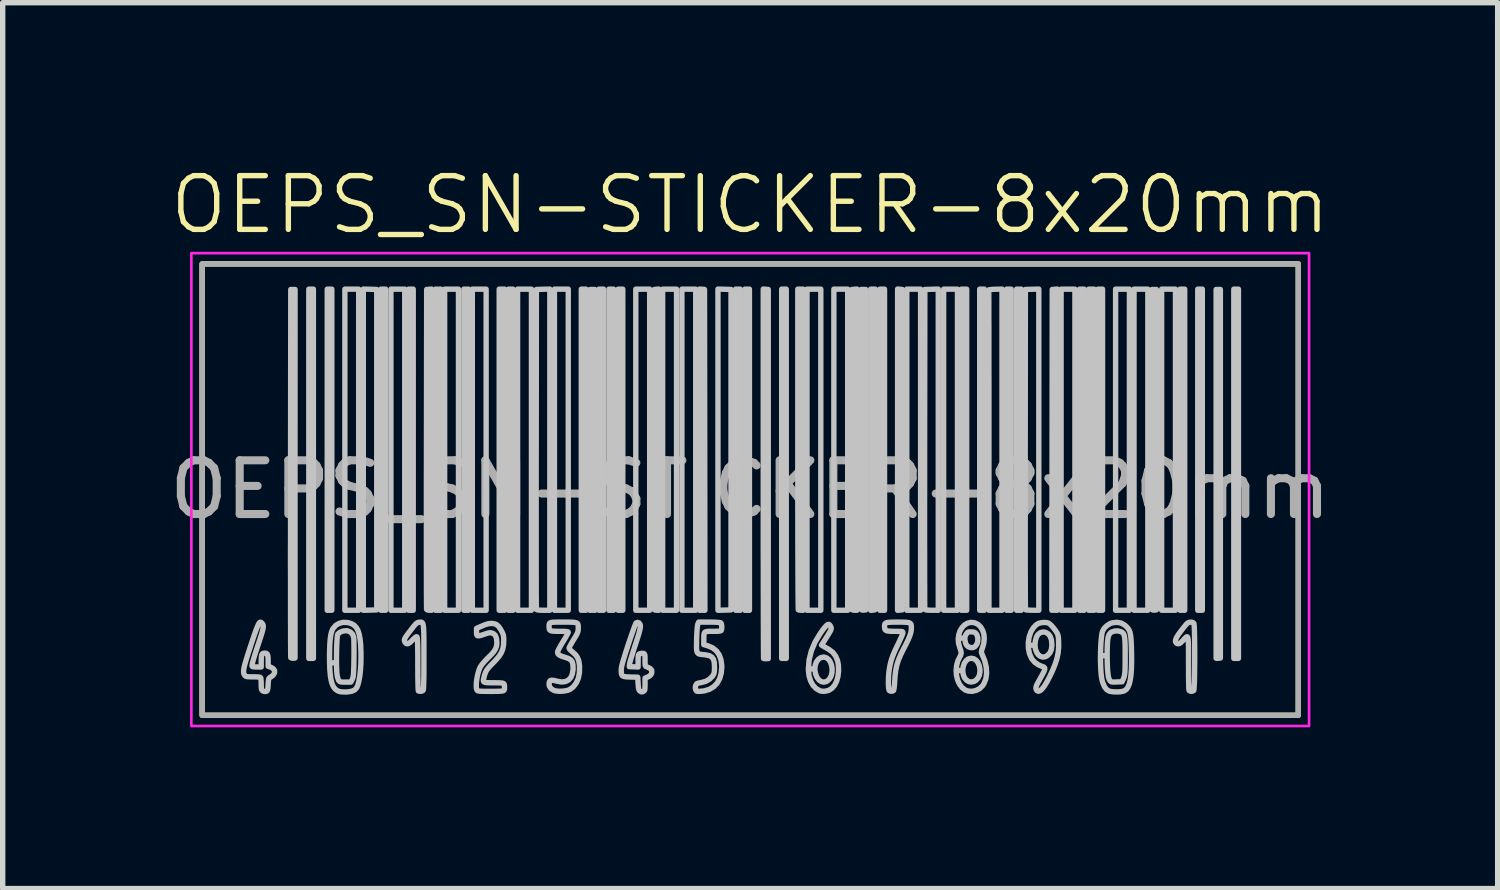
<source format=kicad_pcb>
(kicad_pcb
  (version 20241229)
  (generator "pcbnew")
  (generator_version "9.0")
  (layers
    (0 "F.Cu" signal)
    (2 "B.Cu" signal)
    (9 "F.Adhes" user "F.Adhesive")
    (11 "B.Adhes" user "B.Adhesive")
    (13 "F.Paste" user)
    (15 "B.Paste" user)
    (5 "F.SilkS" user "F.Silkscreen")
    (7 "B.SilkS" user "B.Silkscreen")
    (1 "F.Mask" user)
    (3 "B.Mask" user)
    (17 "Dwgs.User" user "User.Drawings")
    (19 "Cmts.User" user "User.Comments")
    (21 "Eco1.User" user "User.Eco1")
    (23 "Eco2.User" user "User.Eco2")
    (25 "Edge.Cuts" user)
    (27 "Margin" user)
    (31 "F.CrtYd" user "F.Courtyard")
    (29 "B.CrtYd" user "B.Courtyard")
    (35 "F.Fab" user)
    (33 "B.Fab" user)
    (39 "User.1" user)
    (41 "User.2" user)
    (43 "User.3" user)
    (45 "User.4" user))
  (footprint "OEPS_SN-STICKER-8x20mm"
    (layer "F.Cu")
    (at 10.911 6.061)
    (property "Reference" "OEPS_SN-STICKER-8x20mm" (at 0 -5.3 0) (unlocked yes) (layer "F.SilkS") (effects (font (size 1 1) (thickness 0.1))))
    (attr smd exclude_from_pos_files exclude_from_bom dnp)
    (fp_rect (start -10.2 -4.2) (end 10.2 4.2) (stroke (width 0.1) (type default)) (fill no) (layer "F.SilkS"))
    (fp_poly (pts (xy -8.129 -0.294) (xy -8.129 3.141) (xy -8.171 3.141) (xy -8.214 3.141) (xy -8.214 -0.294) (xy -8.214 -3.73) (xy -8.171 -3.73) (xy -8.129 -3.73)) (stroke (width 0.1) (type solid)) (fill no) (layer "Dwgs.User"))
    (fp_poly (pts (xy -7.786 -0.742) (xy -7.786 2.246) (xy -7.829 2.246) (xy -7.871 2.246) (xy -7.871 -0.742) (xy -7.871 -3.73) (xy -7.829 -3.73) (xy -7.786 -3.73)) (stroke (width 0.1) (type solid)) (fill no) (layer "Dwgs.User"))
    (fp_poly (pts (xy -7.286 -0.742) (xy -7.286 2.246) (xy -7.414 2.246) (xy -7.543 2.246) (xy -7.543 -0.742) (xy -7.543 -3.73) (xy -7.414 -3.73) (xy -7.286 -3.73)) (stroke (width 0.1) (type solid)) (fill no) (layer "Dwgs.User"))
    (fp_poly (pts (xy -7.075 -3.728) (xy -6.95 -3.724) (xy -6.95 -0.742) (xy -6.95 2.239) (xy -7.075 2.243) (xy -7.2 2.246) (xy -7.2 -0.742) (xy -7.2 -3.731)) (stroke (width 0.1) (type solid)) (fill no) (layer "Dwgs.User"))
    (fp_poly (pts (xy -6.786 -0.742) (xy -6.786 2.246) (xy -6.829 2.246) (xy -6.871 2.246) (xy -6.871 -0.742) (xy -6.871 -3.73) (xy -6.829 -3.73) (xy -6.786 -3.73)) (stroke (width 0.1) (type solid)) (fill no) (layer "Dwgs.User"))
    (fp_poly (pts (xy -6.429 -0.742) (xy -6.429 2.246) (xy -6.557 2.246) (xy -6.686 2.246) (xy -6.686 -0.742) (xy -6.686 -3.73) (xy -6.557 -3.73) (xy -6.429 -3.73)) (stroke (width 0.1) (type solid)) (fill no) (layer "Dwgs.User"))
    (fp_poly (pts (xy -6.271 -0.742) (xy -6.271 2.246) (xy -6.314 2.246) (xy -6.357 2.246) (xy -6.357 -0.742) (xy -6.357 -3.73) (xy -6.314 -3.73) (xy -6.271 -3.73)) (stroke (width 0.1) (type solid)) (fill no) (layer "Dwgs.User"))
    (fp_poly (pts (xy -5.757 -0.742) (xy -5.757 2.246) (xy -5.807 2.246) (xy -5.857 2.246) (xy -5.857 -0.742) (xy -5.857 -3.73) (xy -5.807 -3.73) (xy -5.757 -3.73)) (stroke (width 0.1) (type solid)) (fill no) (layer "Dwgs.User"))
    (fp_poly (pts (xy -5.429 -0.742) (xy -5.429 2.246) (xy -5.557 2.246) (xy -5.686 2.246) (xy -5.686 -0.742) (xy -5.686 -3.73) (xy -5.557 -3.73) (xy -5.429 -3.73)) (stroke (width 0.1) (type solid)) (fill no) (layer "Dwgs.User"))
    (fp_poly (pts (xy -5.243 -0.742) (xy -5.243 2.246) (xy -5.286 2.246) (xy -5.329 2.246) (xy -5.329 -0.742) (xy -5.329 -3.73) (xy -5.286 -3.73) (xy -5.243 -3.73)) (stroke (width 0.1) (type solid)) (fill no) (layer "Dwgs.User"))
    (fp_poly (pts (xy -4.914 -0.742) (xy -4.914 2.246) (xy -5.043 2.246) (xy -5.171 2.246) (xy -5.171 -0.742) (xy -5.171 -3.73) (xy -5.043 -3.73) (xy -4.914 -3.73)) (stroke (width 0.1) (type solid)) (fill no) (layer "Dwgs.User"))
    (fp_poly (pts (xy -4.571 -0.742) (xy -4.571 2.246) (xy -4.621 2.246) (xy -4.671 2.246) (xy -4.671 -0.742) (xy -4.671 -3.73) (xy -4.621 -3.73) (xy -4.571 -3.73)) (stroke (width 0.1) (type solid)) (fill no) (layer "Dwgs.User"))
    (fp_poly (pts (xy -4.414 -0.742) (xy -4.414 2.246) (xy -4.457 2.246) (xy -4.5 2.246) (xy -4.5 -0.742) (xy -4.5 -3.73) (xy -4.457 -3.73) (xy -4.414 -3.73)) (stroke (width 0.1) (type solid)) (fill no) (layer "Dwgs.User"))
    (fp_poly (pts (xy -4.071 -0.742) (xy -4.071 2.246) (xy -4.2 2.246) (xy -4.329 2.246) (xy -4.329 -0.742) (xy -4.329 -3.73) (xy -4.2 -3.73) (xy -4.071 -3.73)) (stroke (width 0.1) (type solid)) (fill no) (layer "Dwgs.User"))
    (fp_poly (pts (xy -3.386 -0.742) (xy -3.386 2.246) (xy -3.514 2.246) (xy -3.643 2.246) (xy -3.643 -0.742) (xy -3.643 -3.73) (xy -3.514 -3.73) (xy -3.386 -3.73)) (stroke (width 0.1) (type solid)) (fill no) (layer "Dwgs.User"))
    (fp_poly (pts (xy -3.057 -0.742) (xy -3.057 2.246) (xy -3.1 2.246) (xy -3.143 2.246) (xy -3.143 -0.742) (xy -3.143 -3.73) (xy -3.1 -3.73) (xy -3.057 -3.73)) (stroke (width 0.1) (type solid)) (fill no) (layer "Dwgs.User"))
    (fp_poly (pts (xy -2.889 -0.739) (xy -2.886 2.246) (xy -2.936 2.246) (xy -2.986 2.246) (xy -2.982 -0.739) (xy -2.979 -3.724) (xy -2.936 -3.724) (xy -2.893 -3.724)) (stroke (width 0.1) (type solid)) (fill no) (layer "Dwgs.User"))
    (fp_poly (pts (xy -2.729 -0.742) (xy -2.729 2.246) (xy -2.771 2.246) (xy -2.814 2.246) (xy -2.814 -0.742) (xy -2.814 -3.73) (xy -2.771 -3.73) (xy -2.729 -3.73)) (stroke (width 0.1) (type solid)) (fill no) (layer "Dwgs.User"))
    (fp_poly (pts (xy -2.543 -0.742) (xy -2.543 2.246) (xy -2.586 2.246) (xy -2.629 2.246) (xy -2.629 -0.742) (xy -2.629 -3.73) (xy -2.586 -3.73) (xy -2.543 -3.73)) (stroke (width 0.1) (type solid)) (fill no) (layer "Dwgs.User"))
    (fp_poly (pts (xy -2.371 -0.742) (xy -2.371 2.246) (xy -2.414 2.246) (xy -2.457 2.246) (xy -2.457 -0.742) (xy -2.457 -3.73) (xy -2.414 -3.73) (xy -2.371 -3.73)) (stroke (width 0.1) (type solid)) (fill no) (layer "Dwgs.User"))
    (fp_poly (pts (xy -1.871 -0.742) (xy -1.871 2.246) (xy -2 2.246) (xy -2.129 2.246) (xy -2.129 -0.742) (xy -2.129 -3.73) (xy -2 -3.73) (xy -1.871 -3.73)) (stroke (width 0.1) (type solid)) (fill no) (layer "Dwgs.User"))
    (fp_poly (pts (xy -1.371 -0.742) (xy -1.371 2.246) (xy -1.5 2.246) (xy -1.629 2.246) (xy -1.629 -0.742) (xy -1.629 -3.73) (xy -1.5 -3.73) (xy -1.371 -3.73)) (stroke (width 0.1) (type solid)) (fill no) (layer "Dwgs.User"))
    (fp_poly (pts (xy -1.014 -0.742) (xy -1.014 2.246) (xy -1.143 2.246) (xy -1.271 2.246) (xy -1.271 -0.742) (xy -1.271 -3.73) (xy -1.143 -3.73) (xy -1.014 -3.73)) (stroke (width 0.1) (type solid)) (fill no) (layer "Dwgs.User"))
    (fp_poly (pts (xy -0.896 -3.728) (xy -0.85 -3.724) (xy -0.846 -0.739) (xy -0.843 2.246) (xy -0.893 2.246) (xy -0.943 2.246) (xy -0.943 -0.743) (xy -0.943 -3.732)) (stroke (width 0.1) (type solid)) (fill no) (layer "Dwgs.User"))
    (fp_poly (pts (xy -0.478 -3.728) (xy -0.357 -3.724) (xy -0.357 -0.742) (xy -0.357 2.239) (xy -0.478 2.243) (xy -0.6 2.246) (xy -0.6 -0.742) (xy -0.6 -3.731)) (stroke (width 0.1) (type solid)) (fill no) (layer "Dwgs.User"))
    (fp_poly (pts (xy -0.186 -0.742) (xy -0.186 2.246) (xy -0.229 2.246) (xy -0.271 2.246) (xy -0.271 -0.742) (xy -0.271 -3.73) (xy -0.229 -3.73) (xy -0.186 -3.73)) (stroke (width 0.1) (type solid)) (fill no) (layer "Dwgs.User"))
    (fp_poly (pts (xy -0.014 -0.742) (xy -0.014 2.246) (xy -0.057 2.246) (xy -0.1 2.246) (xy -0.1 -0.742) (xy -0.1 -3.73) (xy -0.057 -3.73) (xy -0.014 -3.73)) (stroke (width 0.1) (type solid)) (fill no) (layer "Dwgs.User"))
    (fp_poly (pts (xy 0.671 -0.294) (xy 0.671 3.141) (xy 0.629 3.141) (xy 0.586 3.141) (xy 0.586 -0.294) (xy 0.586 -3.73) (xy 0.629 -3.73) (xy 0.671 -3.73)) (stroke (width 0.1) (type solid)) (fill no) (layer "Dwgs.User"))
    (fp_poly (pts (xy 1.314 -0.742) (xy 1.314 2.246) (xy 1.186 2.246) (xy 1.057 2.246) (xy 1.057 -0.742) (xy 1.057 -3.73) (xy 1.186 -3.73) (xy 1.314 -3.73)) (stroke (width 0.1) (type solid)) (fill no) (layer "Dwgs.User"))
    (fp_poly (pts (xy 1.814 -0.742) (xy 1.814 2.246) (xy 1.686 2.246) (xy 1.557 2.246) (xy 1.557 -0.742) (xy 1.557 -3.73) (xy 1.686 -3.73) (xy 1.814 -3.73)) (stroke (width 0.1) (type solid)) (fill no) (layer "Dwgs.User"))
    (fp_poly (pts (xy 2.5 -0.742) (xy 2.5 2.246) (xy 2.457 2.246) (xy 2.414 2.246) (xy 2.414 -0.742) (xy 2.414 -3.73) (xy 2.457 -3.73) (xy 2.5 -3.73)) (stroke (width 0.1) (type solid)) (fill no) (layer "Dwgs.User"))
    (fp_poly (pts (xy 2.786 -3.728) (xy 2.829 -3.724) (xy 2.829 -0.742) (xy 2.829 2.239) (xy 2.786 2.243) (xy 2.743 2.247) (xy 2.743 -0.742) (xy 2.743 -3.732)) (stroke (width 0.1) (type solid)) (fill no) (layer "Dwgs.User"))
    (fp_poly (pts (xy 3.171 -0.742) (xy 3.171 2.246) (xy 3.043 2.246) (xy 2.914 2.246) (xy 2.914 -0.742) (xy 2.914 -3.73) (xy 3.043 -3.73) (xy 3.171 -3.73)) (stroke (width 0.1) (type solid)) (fill no) (layer "Dwgs.User"))
    (fp_poly (pts (xy 3.857 -0.742) (xy 3.857 2.246) (xy 3.729 2.246) (xy 3.6 2.246) (xy 3.6 -0.742) (xy 3.6 -3.73) (xy 3.729 -3.73) (xy 3.857 -3.73)) (stroke (width 0.1) (type solid)) (fill no) (layer "Dwgs.User"))
    (fp_poly (pts (xy 4.029 -0.742) (xy 4.029 2.246) (xy 3.979 2.246) (xy 3.929 2.246) (xy 3.929 -0.742) (xy 3.929 -3.73) (xy 3.979 -3.73) (xy 4.029 -3.73)) (stroke (width 0.1) (type solid)) (fill no) (layer "Dwgs.User"))
    (fp_poly (pts (xy 4.357 -0.742) (xy 4.357 2.246) (xy 4.314 2.246) (xy 4.271 2.246) (xy 4.271 -0.742) (xy 4.271 -3.73) (xy 4.314 -3.73) (xy 4.357 -3.73)) (stroke (width 0.1) (type solid)) (fill no) (layer "Dwgs.User"))
    (fp_poly (pts (xy 4.857 -0.742) (xy 4.857 2.246) (xy 4.814 2.246) (xy 4.771 2.246) (xy 4.771 -0.742) (xy 4.771 -3.73) (xy 4.814 -3.73) (xy 4.857 -3.73)) (stroke (width 0.1) (type solid)) (fill no) (layer "Dwgs.User"))
    (fp_poly (pts (xy 5.043 -0.742) (xy 5.043 2.246) (xy 5 2.246) (xy 4.957 2.246) (xy 4.957 -0.742) (xy 4.957 -3.73) (xy 5 -3.73) (xy 5.043 -3.73)) (stroke (width 0.1) (type solid)) (fill no) (layer "Dwgs.User"))
    (fp_poly (pts (xy 5.714 -0.743) (xy 5.714 2.246) (xy 5.664 2.246) (xy 5.614 2.246) (xy 5.618 -0.739) (xy 5.621 -3.724) (xy 5.668 -3.728) (xy 5.714 -3.732)) (stroke (width 0.1) (type solid)) (fill no) (layer "Dwgs.User"))
    (fp_poly (pts (xy 6.043 -0.742) (xy 6.043 2.246) (xy 5.914 2.246) (xy 5.786 2.246) (xy 5.786 -0.742) (xy 5.786 -3.73) (xy 5.914 -3.73) (xy 6.043 -3.73)) (stroke (width 0.1) (type solid)) (fill no) (layer "Dwgs.User"))
    (fp_poly (pts (xy 6.214 -0.742) (xy 6.214 2.246) (xy 6.171 2.246) (xy 6.129 2.246) (xy 6.129 -0.742) (xy 6.129 -3.73) (xy 6.171 -3.73) (xy 6.214 -3.73)) (stroke (width 0.1) (type solid)) (fill no) (layer "Dwgs.User"))
    (fp_poly (pts (xy 6.4 -0.742) (xy 6.4 2.246) (xy 6.35 2.246) (xy 6.3 2.246) (xy 6.3 -0.742) (xy 6.3 -3.73) (xy 6.35 -3.73) (xy 6.4 -3.73)) (stroke (width 0.1) (type solid)) (fill no) (layer "Dwgs.User"))
    (fp_poly (pts (xy 6.557 -0.742) (xy 6.557 2.246) (xy 6.514 2.246) (xy 6.471 2.246) (xy 6.471 -0.742) (xy 6.471 -3.73) (xy 6.514 -3.73) (xy 6.557 -3.73)) (stroke (width 0.1) (type solid)) (fill no) (layer "Dwgs.User"))
    (fp_poly (pts (xy 7.057 -0.742) (xy 7.057 2.246) (xy 6.929 2.246) (xy 6.8 2.246) (xy 6.8 -0.742) (xy 6.8 -3.73) (xy 6.929 -3.73) (xy 7.057 -3.73)) (stroke (width 0.1) (type solid)) (fill no) (layer "Dwgs.User"))
    (fp_poly (pts (xy 7.4 -0.742) (xy 7.4 2.246) (xy 7.271 2.246) (xy 7.143 2.246) (xy 7.143 -0.742) (xy 7.143 -3.73) (xy 7.271 -3.73) (xy 7.4 -3.73)) (stroke (width 0.1) (type solid)) (fill no) (layer "Dwgs.User"))
    (fp_poly (pts (xy 7.914 -0.742) (xy 7.914 2.246) (xy 7.786 2.246) (xy 7.657 2.246) (xy 7.657 -0.742) (xy 7.657 -3.73) (xy 7.786 -3.73) (xy 7.914 -3.73)) (stroke (width 0.1) (type solid)) (fill no) (layer "Dwgs.User"))
    (fp_poly (pts (xy 8.086 -0.742) (xy 8.086 2.246) (xy 8.043 2.246) (xy 8 2.246) (xy 8 -0.742) (xy 8 -3.73) (xy 8.043 -3.73) (xy 8.086 -3.73)) (stroke (width 0.1) (type solid)) (fill no) (layer "Dwgs.User"))
    (fp_poly (pts (xy 8.414 -0.742) (xy 8.414 2.246) (xy 8.371 2.246) (xy 8.329 2.246) (xy 8.329 -0.742) (xy 8.329 -3.73) (xy 8.371 -3.73) (xy 8.414 -3.73)) (stroke (width 0.1) (type solid)) (fill no) (layer "Dwgs.User"))
    (fp_poly (pts (xy 9.086 -0.294) (xy 9.086 3.141) (xy 9.043 3.141) (xy 9 3.141) (xy 9 -0.294) (xy 9 -3.73) (xy 9.043 -3.73) (xy 9.086 -3.73)) (stroke (width 0.1) (type solid)) (fill no) (layer "Dwgs.User"))
    (fp_poly (pts (xy -5.929 -0.743) (xy -5.929 2.246) (xy -5.972 2.246) (xy -6.005 2.241) (xy -6.022 2.23) (xy -6.023 2.217) (xy -6.023 2.18) (xy -6.024 2.12) (xy -6.024 2.04) (xy -6.025 1.939) (xy -6.025 1.818) (xy -6.025 1.68) (xy -6.025 1.524) (xy -6.026 1.353) (xy -6.026 1.166) (xy -6.026 0.966) (xy -6.026 0.753) (xy -6.026 0.528) (xy -6.026 0.292) (xy -6.026 0.046) (xy -6.026 -0.208) (xy -6.025 -0.469) (xy -6.025 -0.737) (xy -6.025 -0.755) (xy -6.021 -3.724) (xy -5.975 -3.728) (xy -5.929 -3.732)) (stroke (width 0.1) (type solid)) (fill no) (layer "Dwgs.User"))
    (fp_poly (pts (xy 0.986 -0.742) (xy 0.986 2.246) (xy 0.945 2.246) (xy 0.913 2.243) (xy 0.895 2.237) (xy 0.894 2.224) (xy 0.894 2.188) (xy 0.893 2.129) (xy 0.892 2.049) (xy 0.891 1.949) (xy 0.89 1.829) (xy 0.89 1.691) (xy 0.889 1.536) (xy 0.889 1.365) (xy 0.888 1.179) (xy 0.887 0.979) (xy 0.887 0.766) (xy 0.887 0.541) (xy 0.886 0.306) (xy 0.886 0.06) (xy 0.886 -0.194) (xy 0.886 -0.455) (xy 0.886 -0.723) (xy 0.886 -0.751) (xy 0.886 -3.73) (xy 0.936 -3.73) (xy 0.986 -3.73)) (stroke (width 0.1) (type solid)) (fill no) (layer "Dwgs.User"))
    (fp_poly (pts (xy 1.986 -0.743) (xy 1.986 2.246) (xy 1.944 2.246) (xy 1.911 2.242) (xy 1.894 2.235) (xy 1.893 2.222) (xy 1.893 2.185) (xy 1.892 2.126) (xy 1.892 2.046) (xy 1.891 1.946) (xy 1.891 1.826) (xy 1.89 1.688) (xy 1.89 1.533) (xy 1.89 1.361) (xy 1.889 1.175) (xy 1.889 0.975) (xy 1.889 0.762) (xy 1.889 0.537) (xy 1.889 0.301) (xy 1.889 0.056) (xy 1.889 -0.198) (xy 1.889 -0.459) (xy 1.89 -0.727) (xy 1.89 -0.75) (xy 1.893 -3.724) (xy 1.939 -3.728) (xy 1.986 -3.732)) (stroke (width 0.1) (type solid)) (fill no) (layer "Dwgs.User"))
    (fp_poly (pts (xy 2.15 -0.742) (xy 2.15 2.239) (xy 2.111 2.243) (xy 2.078 2.241) (xy 2.064 2.231) (xy 2.063 2.217) (xy 2.063 2.18) (xy 2.062 2.121) (xy 2.062 2.04) (xy 2.061 1.939) (xy 2.061 1.819) (xy 2.061 1.68) (xy 2.06 1.525) (xy 2.06 1.353) (xy 2.06 1.166) (xy 2.06 0.966) (xy 2.06 0.753) (xy 2.06 0.528) (xy 2.06 0.292) (xy 2.06 0.046) (xy 2.06 -0.208) (xy 2.06 -0.469) (xy 2.061 -0.737) (xy 2.061 -0.755) (xy 2.064 -3.724) (xy 2.107 -3.724) (xy 2.15 -3.724)) (stroke (width 0.1) (type solid)) (fill no) (layer "Dwgs.User"))
    (fp_poly (pts (xy 7.558 -0.742) (xy 7.558 2.239) (xy 7.522 2.243) (xy 7.491 2.241) (xy 7.478 2.231) (xy 7.478 2.217) (xy 7.477 2.18) (xy 7.477 2.121) (xy 7.476 2.04) (xy 7.476 1.939) (xy 7.475 1.819) (xy 7.475 1.68) (xy 7.475 1.525) (xy 7.474 1.353) (xy 7.474 1.166) (xy 7.474 0.966) (xy 7.474 0.753) (xy 7.474 0.528) (xy 7.474 0.292) (xy 7.474 0.046) (xy 7.474 -0.208) (xy 7.475 -0.469) (xy 7.475 -0.737) (xy 7.475 -0.755) (xy 7.479 -3.724) (xy 7.518 -3.724) (xy 7.558 -3.724)) (stroke (width 0.1) (type solid)) (fill no) (layer "Dwgs.User"))
    (fp_poly (pts (xy -8.471 -0.294) (xy -8.471 3.135) (xy -8.507 3.139) (xy -8.537 3.136) (xy -8.55 3.127) (xy -8.551 3.113) (xy -8.551 3.076) (xy -8.552 3.017) (xy -8.552 2.935) (xy -8.553 2.834) (xy -8.553 2.712) (xy -8.553 2.572) (xy -8.554 2.415) (xy -8.554 2.241) (xy -8.554 2.051) (xy -8.554 1.847) (xy -8.554 1.629) (xy -8.555 1.398) (xy -8.555 1.155) (xy -8.554 0.902) (xy -8.554 0.64) (xy -8.554 0.368) (xy -8.554 0.089) (xy -8.554 -0.197) (xy -8.554 -0.307) (xy -8.55 -3.724) (xy -8.51 -3.724) (xy -8.47 -3.724)) (stroke (width 0.1) (type solid)) (fill no) (layer "Dwgs.User"))
    (fp_poly (pts (xy -1.7 -0.743) (xy -1.7 2.246) (xy -1.743 2.246) (xy -1.773 2.242) (xy -1.786 2.233) (xy -1.786 2.233) (xy -1.786 2.22) (xy -1.786 2.183) (xy -1.786 2.124) (xy -1.786 2.044) (xy -1.786 1.943) (xy -1.786 1.823) (xy -1.786 1.685) (xy -1.786 1.53) (xy -1.786 1.358) (xy -1.786 1.172) (xy -1.786 0.972) (xy -1.786 0.758) (xy -1.786 0.534) (xy -1.786 0.298) (xy -1.786 0.053) (xy -1.786 -0.201) (xy -1.786 -0.463) (xy -1.786 -0.731) (xy -1.786 -0.752) (xy -1.786 -3.724) (xy -1.743 -3.728) (xy -1.7 -3.732)) (stroke (width 0.1) (type solid)) (fill no) (layer "Dwgs.User"))
    (fp_poly (pts (xy 0.289 -3.728) (xy 0.336 -3.724) (xy 0.336 -0.289) (xy 0.336 3.145) (xy 0.296 3.147) (xy 0.264 3.146) (xy 0.249 3.143) (xy 0.249 3.13) (xy 0.248 3.094) (xy 0.248 3.035) (xy 0.247 2.955) (xy 0.247 2.854) (xy 0.246 2.734) (xy 0.246 2.594) (xy 0.245 2.438) (xy 0.245 2.264) (xy 0.245 2.075) (xy 0.244 1.871) (xy 0.244 1.654) (xy 0.244 1.423) (xy 0.243 1.181) (xy 0.243 0.928) (xy 0.243 0.666) (xy 0.243 0.394) (xy 0.243 0.115) (xy 0.243 -0.171) (xy 0.243 -0.297) (xy 0.243 -3.732)) (stroke (width 0.1) (type solid)) (fill no) (layer "Dwgs.User"))
    (fp_poly (pts (xy 2.329 -0.755) (xy 2.329 -0.486) (xy 2.329 -0.224) (xy 2.329 0.031) (xy 2.329 0.277) (xy 2.329 0.513) (xy 2.329 0.739) (xy 2.329 0.953) (xy 2.329 1.154) (xy 2.33 1.342) (xy 2.33 1.514) (xy 2.33 1.671) (xy 2.33 1.81) (xy 2.331 1.932) (xy 2.331 2.034) (xy 2.331 2.116) (xy 2.331 2.177) (xy 2.332 2.215) (xy 2.332 2.23) (xy 2.332 2.23) (xy 2.322 2.237) (xy 2.293 2.243) (xy 2.289 2.243) (xy 2.243 2.247) (xy 2.243 -0.742) (xy 2.243 -3.73) (xy 2.286 -3.73) (xy 2.329 -3.73)) (stroke (width 0.1) (type solid)) (fill no) (layer "Dwgs.User"))
    (fp_poly (pts (xy 8.75 -0.294) (xy 8.75 3.135) (xy 8.711 3.139) (xy 8.682 3.141) (xy 8.671 3.139) (xy 8.671 3.127) (xy 8.671 3.091) (xy 8.671 3.032) (xy 8.671 2.952) (xy 8.671 2.851) (xy 8.671 2.731) (xy 8.671 2.592) (xy 8.671 2.435) (xy 8.671 2.262) (xy 8.671 2.073) (xy 8.671 1.869) (xy 8.671 1.652) (xy 8.671 1.421) (xy 8.671 1.179) (xy 8.671 0.927) (xy 8.671 0.664) (xy 8.671 0.393) (xy 8.671 0.114) (xy 8.671 -0.172) (xy 8.671 -0.294) (xy 8.671 -3.724) (xy 8.711 -3.724) (xy 8.75 -3.724)) (stroke (width 0.1) (type solid)) (fill no) (layer "Dwgs.User"))
    (fp_poly (pts (xy -3.729 -0.743) (xy -3.729 2.246) (xy -3.85 2.246) (xy -3.919 2.244) (xy -3.961 2.239) (xy -3.979 2.231) (xy -3.979 2.23) (xy -3.98 2.217) (xy -3.98 2.18) (xy -3.981 2.12) (xy -3.981 2.04) (xy -3.982 1.939) (xy -3.982 1.818) (xy -3.982 1.68) (xy -3.983 1.524) (xy -3.983 1.353) (xy -3.983 1.166) (xy -3.983 0.966) (xy -3.983 0.753) (xy -3.983 0.528) (xy -3.983 0.292) (xy -3.983 0.046) (xy -3.983 -0.208) (xy -3.983 -0.469) (xy -3.982 -0.737) (xy -3.982 -0.755) (xy -3.979 -3.724) (xy -3.854 -3.728) (xy -3.729 -3.731)) (stroke (width 0.1) (type solid)) (fill no) (layer "Dwgs.User"))
    (fp_poly (pts (xy 3.5 -0.743) (xy 3.5 2.246) (xy 3.378 2.246) (xy 3.31 2.244) (xy 3.268 2.239) (xy 3.25 2.231) (xy 3.249 2.23) (xy 3.249 2.217) (xy 3.248 2.18) (xy 3.248 2.12) (xy 3.247 2.04) (xy 3.247 1.939) (xy 3.247 1.818) (xy 3.246 1.68) (xy 3.246 1.524) (xy 3.246 1.353) (xy 3.246 1.166) (xy 3.245 0.966) (xy 3.245 0.753) (xy 3.245 0.528) (xy 3.245 0.292) (xy 3.246 0.046) (xy 3.246 -0.208) (xy 3.246 -0.469) (xy 3.246 -0.737) (xy 3.246 -0.755) (xy 3.25 -3.724) (xy 3.375 -3.728) (xy 3.5 -3.731)) (stroke (width 0.1) (type solid)) (fill no) (layer "Dwgs.User"))
    (fp_poly (pts (xy 4.686 -0.743) (xy 4.686 2.246) (xy 4.564 2.246) (xy 4.443 2.246) (xy 4.443 -0.73) (xy 4.443 -0.999) (xy 4.443 -1.261) (xy 4.443 -1.515) (xy 4.443 -1.762) (xy 4.443 -1.998) (xy 4.442 -2.224) (xy 4.442 -2.438) (xy 4.442 -2.639) (xy 4.442 -2.826) (xy 4.442 -2.999) (xy 4.441 -3.155) (xy 4.441 -3.295) (xy 4.441 -3.416) (xy 4.441 -3.519) (xy 4.44 -3.601) (xy 4.44 -3.661) (xy 4.44 -3.7) (xy 4.439 -3.715) (xy 4.439 -3.715) (xy 4.451 -3.719) (xy 4.485 -3.724) (xy 4.535 -3.727) (xy 4.561 -3.728) (xy 4.686 -3.731)) (stroke (width 0.1) (type solid)) (fill no) (layer "Dwgs.User"))
    (fp_poly (pts (xy 5.371 -0.743) (xy 5.371 2.246) (xy 5.251 2.246) (xy 5.195 2.244) (xy 5.151 2.241) (xy 5.126 2.237) (xy 5.123 2.235) (xy 5.122 2.222) (xy 5.121 2.185) (xy 5.121 2.126) (xy 5.12 2.046) (xy 5.12 1.945) (xy 5.119 1.825) (xy 5.119 1.687) (xy 5.118 1.532) (xy 5.118 1.361) (xy 5.118 1.175) (xy 5.118 0.975) (xy 5.118 0.762) (xy 5.118 0.537) (xy 5.118 0.301) (xy 5.118 0.056) (xy 5.118 -0.198) (xy 5.118 -0.46) (xy 5.118 -0.728) (xy 5.118 -0.75) (xy 5.121 -3.724) (xy 5.246 -3.728) (xy 5.371 -3.731)) (stroke (width 0.1) (type solid)) (fill no) (layer "Dwgs.User"))
    (fp_poly (pts (xy 8.244 2.478) (xy 8.257 2.49) (xy 8.26 2.508) (xy 8.264 2.547) (xy 8.266 2.605) (xy 8.268 2.678) (xy 8.27 2.765) (xy 8.271 2.86) (xy 8.272 2.963) (xy 8.272 3.07) (xy 8.272 3.178) (xy 8.271 3.284) (xy 8.27 3.386) (xy 8.269 3.48) (xy 8.267 3.565) (xy 8.264 3.635) (xy 8.261 3.69) (xy 8.258 3.726) (xy 8.254 3.74) (xy 8.225 3.753) (xy 8.192 3.753) (xy 8.169 3.74) (xy 8.166 3.735) (xy 8.164 3.719) (xy 8.162 3.681) (xy 8.161 3.624) (xy 8.159 3.551) (xy 8.158 3.464) (xy 8.158 3.366) (xy 8.157 3.26) (xy 8.157 3.226) (xy 8.157 3.097) (xy 8.157 2.991) (xy 8.156 2.905) (xy 8.154 2.84) (xy 8.15 2.792) (xy 8.145 2.76) (xy 8.137 2.742) (xy 8.127 2.738) (xy 8.113 2.744) (xy 8.096 2.76) (xy 8.075 2.783) (xy 8.057 2.804) (xy 8.015 2.847) (xy 7.98 2.868) (xy 7.951 2.868) (xy 7.931 2.857) (xy 7.915 2.833) (xy 7.915 2.801) (xy 7.931 2.759) (xy 7.964 2.703) (xy 8.012 2.638) (xy 8.051 2.586) (xy 8.087 2.541) (xy 8.116 2.507) (xy 8.134 2.488) (xy 8.134 2.488) (xy 8.169 2.47) (xy 8.21 2.467)) (stroke (width 0.1) (type solid)) (fill no) (layer "Dwgs.User"))
    (fp_poly (pts (xy -6.124 2.467) (xy -6.111 2.471) (xy -6.1 2.48) (xy -6.092 2.496) (xy -6.085 2.522) (xy -6.08 2.558) (xy -6.077 2.608) (xy -6.074 2.673) (xy -6.073 2.755) (xy -6.072 2.856) (xy -6.072 2.977) (xy -6.072 3.117) (xy -6.072 3.265) (xy -6.072 3.389) (xy -6.073 3.492) (xy -6.075 3.575) (xy -6.077 3.639) (xy -6.079 3.686) (xy -6.082 3.718) (xy -6.086 3.736) (xy -6.089 3.74) (xy -6.116 3.752) (xy -6.15 3.754) (xy -6.176 3.747) (xy -6.176 3.747) (xy -6.178 3.733) (xy -6.18 3.697) (xy -6.182 3.643) (xy -6.183 3.571) (xy -6.185 3.486) (xy -6.185 3.389) (xy -6.186 3.284) (xy -6.186 3.244) (xy -6.186 3.111) (xy -6.187 3) (xy -6.188 2.912) (xy -6.19 2.843) (xy -6.193 2.793) (xy -6.196 2.761) (xy -6.2 2.744) (xy -6.202 2.741) (xy -6.211 2.739) (xy -6.224 2.744) (xy -6.242 2.758) (xy -6.271 2.785) (xy -6.313 2.828) (xy -6.324 2.839) (xy -6.361 2.866) (xy -6.394 2.869) (xy -6.42 2.849) (xy -6.434 2.816) (xy -6.436 2.799) (xy -6.431 2.78) (xy -6.418 2.754) (xy -6.394 2.718) (xy -6.358 2.668) (xy -6.325 2.626) (xy -6.279 2.566) (xy -6.245 2.524) (xy -6.219 2.497) (xy -6.199 2.48) (xy -6.181 2.472) (xy -6.161 2.469) (xy -6.159 2.469) (xy -6.14 2.467)) (stroke (width 0.1) (type solid)) (fill no) (layer "Dwgs.User"))
    (fp_poly (pts (xy 2.836 2.467) (xy 2.902 2.469) (xy 2.947 2.475) (xy 2.976 2.485) (xy 2.991 2.503) (xy 2.998 2.529) (xy 2.999 2.564) (xy 3 2.571) (xy 2.997 2.618) (xy 2.988 2.667) (xy 2.97 2.722) (xy 2.943 2.787) (xy 2.905 2.867) (xy 2.858 2.957) (xy 2.802 3.07) (xy 2.76 3.169) (xy 2.729 3.264) (xy 2.709 3.361) (xy 2.696 3.468) (xy 2.69 3.552) (xy 2.686 3.616) (xy 2.681 3.671) (xy 2.675 3.713) (xy 2.669 3.737) (xy 2.668 3.739) (xy 2.639 3.753) (xy 2.605 3.75) (xy 2.589 3.74) (xy 2.581 3.721) (xy 2.575 3.682) (xy 2.572 3.627) (xy 2.572 3.563) (xy 2.574 3.493) (xy 2.579 3.421) (xy 2.586 3.362) (xy 2.601 3.272) (xy 2.622 3.185) (xy 2.652 3.097) (xy 2.693 2.999) (xy 2.746 2.887) (xy 2.75 2.879) (xy 2.781 2.814) (xy 2.808 2.756) (xy 2.828 2.708) (xy 2.84 2.676) (xy 2.843 2.664) (xy 2.841 2.653) (xy 2.834 2.645) (xy 2.815 2.641) (xy 2.779 2.639) (xy 2.722 2.638) (xy 2.691 2.638) (xy 2.614 2.637) (xy 2.561 2.632) (xy 2.527 2.622) (xy 2.509 2.605) (xy 2.502 2.578) (xy 2.5 2.555) (xy 2.501 2.523) (xy 2.506 2.499) (xy 2.521 2.484) (xy 2.547 2.474) (xy 2.59 2.469) (xy 2.654 2.467) (xy 2.743 2.466) (xy 2.745 2.466)) (stroke (width 0.1) (type solid)) (fill no) (layer "Dwgs.User"))
    (fp_poly (pts (xy 1.478 2.517) (xy 1.495 2.542) (xy 1.505 2.566) (xy 1.508 2.58) (xy 1.506 2.595) (xy 1.5 2.614) (xy 1.486 2.642) (xy 1.463 2.681) (xy 1.429 2.735) (xy 1.388 2.8) (xy 1.327 2.894) (xy 1.36 2.914) (xy 1.391 2.932) (xy 1.434 2.957) (xy 1.463 2.973) (xy 1.536 3.028) (xy 1.591 3.1) (xy 1.627 3.187) (xy 1.641 3.262) (xy 1.645 3.376) (xy 1.633 3.479) (xy 1.608 3.568) (xy 1.57 3.642) (xy 1.52 3.699) (xy 1.46 3.737) (xy 1.39 3.753) (xy 1.367 3.754) (xy 1.328 3.751) (xy 1.3 3.745) (xy 1.228 3.704) (xy 1.169 3.642) (xy 1.125 3.563) (xy 1.095 3.468) (xy 1.083 3.36) (xy 1.083 3.338) (xy 1.203 3.338) (xy 1.205 3.368) (xy 1.22 3.441) (xy 1.247 3.501) (xy 1.283 3.547) (xy 1.326 3.575) (xy 1.373 3.584) (xy 1.421 3.571) (xy 1.438 3.561) (xy 1.479 3.52) (xy 1.507 3.467) (xy 1.522 3.406) (xy 1.525 3.341) (xy 1.516 3.278) (xy 1.497 3.219) (xy 1.467 3.17) (xy 1.428 3.135) (xy 1.38 3.118) (xy 1.364 3.117) (xy 1.312 3.128) (xy 1.267 3.16) (xy 1.232 3.208) (xy 1.21 3.269) (xy 1.203 3.338) (xy 1.083 3.338) (xy 1.083 3.332) (xy 1.097 3.165) (xy 1.139 3) (xy 1.208 2.837) (xy 1.306 2.674) (xy 1.349 2.614) (xy 1.391 2.56) (xy 1.423 2.526) (xy 1.446 2.51) (xy 1.465 2.509)) (stroke (width 0.1) (type solid)) (fill no) (layer "Dwgs.User"))
    (fp_poly (pts (xy 5.514 2.475) (xy 5.546 2.482) (xy 5.572 2.499) (xy 5.599 2.523) (xy 5.636 2.564) (xy 5.674 2.613) (xy 5.693 2.64) (xy 5.712 2.672) (xy 5.725 2.701) (xy 5.733 2.734) (xy 5.737 2.778) (xy 5.74 2.84) (xy 5.74 2.841) (xy 5.74 2.944) (xy 5.73 3.043) (xy 5.709 3.143) (xy 5.675 3.248) (xy 5.628 3.365) (xy 5.576 3.475) (xy 5.525 3.573) (xy 5.478 3.651) (xy 5.435 3.707) (xy 5.397 3.741) (xy 5.364 3.753) (xy 5.338 3.743) (xy 5.329 3.731) (xy 5.319 3.711) (xy 5.317 3.689) (xy 5.322 3.662) (xy 5.337 3.625) (xy 5.364 3.575) (xy 5.4 3.51) (xy 5.44 3.439) (xy 5.466 3.387) (xy 5.48 3.35) (xy 5.482 3.324) (xy 5.472 3.308) (xy 5.451 3.296) (xy 5.432 3.291) (xy 5.362 3.261) (xy 5.296 3.214) (xy 5.245 3.155) (xy 5.237 3.143) (xy 5.197 3.053) (xy 5.177 2.952) (xy 5.176 2.896) (xy 5.3 2.896) (xy 5.308 2.968) (xy 5.33 3.028) (xy 5.362 3.075) (xy 5.402 3.105) (xy 5.448 3.117) (xy 5.496 3.109) (xy 5.534 3.086) (xy 5.577 3.04) (xy 5.603 2.981) (xy 5.614 2.906) (xy 5.614 2.884) (xy 5.607 2.802) (xy 5.585 2.735) (xy 5.549 2.687) (xy 5.502 2.658) (xy 5.456 2.65) (xy 5.401 2.662) (xy 5.357 2.694) (xy 5.325 2.747) (xy 5.306 2.818) (xy 5.3 2.896) (xy 5.176 2.896) (xy 5.175 2.847) (xy 5.191 2.743) (xy 5.224 2.647) (xy 5.27 2.572) (xy 5.317 2.521) (xy 5.365 2.49) (xy 5.422 2.476) (xy 5.467 2.473)) (stroke (width 0.1) (type solid)) (fill no) (layer "Dwgs.User"))
    (fp_poly (pts (xy -0.666 2.467) (xy -0.6 2.471) (xy -0.559 2.476) (xy -0.546 2.481) (xy -0.535 2.502) (xy -0.53 2.538) (xy -0.529 2.578) (xy -0.535 2.612) (xy -0.537 2.619) (xy -0.546 2.628) (xy -0.566 2.633) (xy -0.602 2.637) (xy -0.66 2.638) (xy -0.695 2.638) (xy -0.766 2.638) (xy -0.813 2.642) (xy -0.842 2.652) (xy -0.856 2.674) (xy -0.862 2.711) (xy -0.863 2.767) (xy -0.863 2.782) (xy -0.864 2.885) (xy -0.788 2.907) (xy -0.699 2.945) (xy -0.628 3.002) (xy -0.576 3.077) (xy -0.543 3.169) (xy -0.529 3.277) (xy -0.529 3.297) (xy -0.538 3.414) (xy -0.567 3.515) (xy -0.613 3.6) (xy -0.677 3.667) (xy -0.757 3.716) (xy -0.852 3.745) (xy -0.907 3.752) (xy -0.957 3.755) (xy -0.986 3.753) (xy -1.002 3.746) (xy -1.011 3.731) (xy -1.014 3.726) (xy -1.022 3.687) (xy -1.016 3.648) (xy -1 3.618) (xy -0.987 3.609) (xy -0.959 3.6) (xy -0.917 3.592) (xy -0.905 3.59) (xy -0.827 3.568) (xy -0.757 3.528) (xy -0.703 3.475) (xy -0.698 3.467) (xy -0.681 3.439) (xy -0.671 3.41) (xy -0.666 3.373) (xy -0.664 3.321) (xy -0.664 3.301) (xy -0.668 3.222) (xy -0.682 3.163) (xy -0.709 3.122) (xy -0.752 3.094) (xy -0.813 3.078) (xy -0.875 3.071) (xy -0.916 3.067) (xy -0.947 3.061) (xy -0.97 3.05) (xy -0.985 3.031) (xy -0.995 3.001) (xy -0.999 2.957) (xy -0.999 2.895) (xy -0.998 2.813) (xy -0.997 2.777) (xy -0.994 2.696) (xy -0.99 2.623) (xy -0.985 2.564) (xy -0.979 2.521) (xy -0.974 2.5) (xy -0.958 2.466) (xy -0.76 2.466)) (stroke (width 0.1) (type solid)) (fill no) (layer "Dwgs.User"))
    (fp_poly (pts (xy -2.069 2.481) (xy -2.049 2.508) (xy -2.048 2.512) (xy -2.044 2.532) (xy -2.044 2.557) (xy -2.049 2.59) (xy -2.059 2.633) (xy -2.074 2.69) (xy -2.097 2.762) (xy -2.126 2.854) (xy -2.149 2.922) (xy -2.175 3.003) (xy -2.199 3.08) (xy -2.22 3.146) (xy -2.235 3.2) (xy -2.244 3.236) (xy -2.246 3.247) (xy -2.25 3.295) (xy -2.168 3.298) (xy -2.086 3.302) (xy -2.086 3.185) (xy -2.085 3.13) (xy -2.083 3.095) (xy -2.077 3.073) (xy -2.067 3.061) (xy -2.056 3.055) (xy -2.018 3.047) (xy -1.992 3.048) (xy -1.976 3.053) (xy -1.966 3.062) (xy -1.96 3.08) (xy -1.958 3.111) (xy -1.957 3.162) (xy -1.957 3.172) (xy -1.957 3.227) (xy -1.955 3.261) (xy -1.95 3.282) (xy -1.94 3.293) (xy -1.924 3.3) (xy -1.918 3.302) (xy -1.862 3.328) (xy -1.833 3.363) (xy -1.831 3.406) (xy -1.844 3.44) (xy -1.868 3.465) (xy -1.904 3.487) (xy -1.909 3.489) (xy -1.957 3.509) (xy -1.957 3.625) (xy -1.958 3.68) (xy -1.96 3.716) (xy -1.966 3.738) (xy -1.976 3.749) (xy -1.985 3.754) (xy -2.01 3.765) (xy -2.027 3.764) (xy -2.051 3.75) (xy -2.064 3.738) (xy -2.073 3.718) (xy -2.08 3.686) (xy -2.084 3.636) (xy -2.086 3.612) (xy -2.093 3.491) (xy -2.229 3.488) (xy -2.301 3.485) (xy -2.349 3.478) (xy -2.379 3.464) (xy -2.394 3.439) (xy -2.399 3.4) (xy -2.4 3.363) (xy -2.399 3.335) (xy -2.394 3.301) (xy -2.384 3.258) (xy -2.37 3.205) (xy -2.35 3.137) (xy -2.324 3.053) (xy -2.29 2.949) (xy -2.271 2.889) (xy -2.239 2.795) (xy -2.209 2.708) (xy -2.182 2.63) (xy -2.159 2.566) (xy -2.14 2.518) (xy -2.128 2.489) (xy -2.123 2.481) (xy -2.096 2.471)) (stroke (width 0.1) (type solid)) (fill no) (layer "Dwgs.User"))
    (fp_poly (pts (xy -7.493 2.474) (xy -7.474 2.478) (xy -7.417 2.497) (xy -7.369 2.526) (xy -7.33 2.567) (xy -7.3 2.621) (xy -7.276 2.692) (xy -7.26 2.78) (xy -7.249 2.887) (xy -7.244 3.015) (xy -7.243 3.109) (xy -7.245 3.24) (xy -7.253 3.361) (xy -7.265 3.47) (xy -7.282 3.564) (xy -7.302 3.638) (xy -7.322 3.686) (xy -7.358 3.727) (xy -7.415 3.753) (xy -7.494 3.766) (xy -7.541 3.767) (xy -7.602 3.765) (xy -7.644 3.758) (xy -7.68 3.743) (xy -7.687 3.739) (xy -7.725 3.71) (xy -7.756 3.669) (xy -7.781 3.614) (xy -7.8 3.544) (xy -7.814 3.456) (xy -7.823 3.349) (xy -7.828 3.221) (xy -7.828 3.138) (xy -7.699 3.138) (xy -7.699 3.224) (xy -7.697 3.303) (xy -7.695 3.372) (xy -7.691 3.427) (xy -7.686 3.464) (xy -7.685 3.466) (xy -7.672 3.52) (xy -7.659 3.554) (xy -7.639 3.573) (xy -7.607 3.581) (xy -7.558 3.583) (xy -7.537 3.583) (xy -7.432 3.583) (xy -7.405 3.531) (xy -7.397 3.512) (xy -7.391 3.491) (xy -7.386 3.462) (xy -7.382 3.424) (xy -7.38 3.372) (xy -7.377 3.305) (xy -7.375 3.218) (xy -7.374 3.141) (xy -7.373 3.05) (xy -7.373 2.963) (xy -7.374 2.886) (xy -7.375 2.823) (xy -7.376 2.776) (xy -7.379 2.75) (xy -7.399 2.694) (xy -7.437 2.653) (xy -7.488 2.63) (xy -7.521 2.626) (xy -7.584 2.634) (xy -7.638 2.657) (xy -7.675 2.69) (xy -7.681 2.712) (xy -7.686 2.753) (xy -7.69 2.812) (xy -7.694 2.884) (xy -7.697 2.965) (xy -7.698 3.051) (xy -7.699 3.138) (xy -7.828 3.138) (xy -7.829 3.119) (xy -7.827 2.986) (xy -7.823 2.875) (xy -7.816 2.784) (xy -7.806 2.71) (xy -7.792 2.651) (xy -7.774 2.605) (xy -7.766 2.59) (xy -7.717 2.531) (xy -7.653 2.491) (xy -7.576 2.471)) (stroke (width 0.1) (type solid)) (fill no) (layer "Dwgs.User"))
    (fp_poly (pts (xy -4.763 2.496) (xy -4.722 2.512) (xy -4.686 2.542) (xy -4.65 2.592) (xy -4.627 2.632) (xy -4.605 2.676) (xy -4.592 2.716) (xy -4.587 2.761) (xy -4.586 2.804) (xy -4.59 2.892) (xy -4.604 2.967) (xy -4.631 3.035) (xy -4.673 3.102) (xy -4.734 3.173) (xy -4.78 3.221) (xy -4.836 3.278) (xy -4.876 3.323) (xy -4.904 3.36) (xy -4.924 3.397) (xy -4.939 3.438) (xy -4.95 3.477) (xy -4.962 3.523) (xy -4.966 3.555) (xy -4.959 3.576) (xy -4.937 3.588) (xy -4.896 3.593) (xy -4.834 3.595) (xy -4.772 3.595) (xy -4.693 3.596) (xy -4.638 3.598) (xy -4.603 3.603) (xy -4.583 3.615) (xy -4.574 3.634) (xy -4.572 3.663) (xy -4.572 3.683) (xy -4.572 3.709) (xy -4.576 3.727) (xy -4.587 3.74) (xy -4.61 3.748) (xy -4.647 3.752) (xy -4.704 3.754) (xy -4.784 3.755) (xy -4.83 3.755) (xy -4.918 3.755) (xy -4.982 3.754) (xy -5.027 3.752) (xy -5.055 3.749) (xy -5.072 3.744) (xy -5.081 3.736) (xy -5.085 3.731) (xy -5.096 3.697) (xy -5.098 3.646) (xy -5.095 3.582) (xy -5.085 3.511) (xy -5.071 3.44) (xy -5.052 3.373) (xy -5.031 3.316) (xy -5.02 3.296) (xy -4.995 3.259) (xy -4.956 3.212) (xy -4.909 3.161) (xy -4.878 3.13) (xy -4.814 3.066) (xy -4.768 3.012) (xy -4.739 2.964) (xy -4.722 2.918) (xy -4.715 2.867) (xy -4.714 2.842) (xy -4.722 2.767) (xy -4.744 2.711) (xy -4.782 2.677) (xy -4.834 2.663) (xy -4.843 2.663) (xy -4.872 2.668) (xy -4.916 2.681) (xy -4.953 2.694) (xy -5.001 2.71) (xy -5.042 2.72) (xy -5.063 2.722) (xy -5.08 2.717) (xy -5.089 2.703) (xy -5.093 2.674) (xy -5.093 2.651) (xy -5.093 2.583) (xy -4.988 2.537) (xy -4.922 2.51) (xy -4.869 2.496) (xy -4.82 2.491) (xy -4.813 2.491)) (stroke (width 0.1) (type solid)) (fill no) (layer "Dwgs.User"))
    (fp_poly (pts (xy -9.096 2.476) (xy -9.082 2.491) (xy -9.076 2.498) (xy -9.067 2.514) (xy -9.062 2.533) (xy -9.062 2.559) (xy -9.068 2.595) (xy -9.079 2.642) (xy -9.098 2.705) (xy -9.124 2.786) (xy -9.15 2.865) (xy -9.192 2.991) (xy -9.225 3.094) (xy -9.249 3.175) (xy -9.264 3.233) (xy -9.271 3.269) (xy -9.271 3.275) (xy -9.269 3.289) (xy -9.256 3.297) (xy -9.226 3.3) (xy -9.186 3.301) (xy -9.1 3.301) (xy -9.1 3.187) (xy -9.098 3.124) (xy -9.092 3.083) (xy -9.08 3.058) (xy -9.061 3.046) (xy -9.036 3.043) (xy -9.007 3.047) (xy -8.988 3.061) (xy -8.977 3.089) (xy -8.972 3.135) (xy -8.971 3.18) (xy -8.971 3.288) (xy -8.921 3.306) (xy -8.875 3.333) (xy -8.851 3.37) (xy -8.852 3.411) (xy -8.876 3.452) (xy -8.915 3.483) (xy -8.938 3.496) (xy -8.953 3.51) (xy -8.961 3.529) (xy -8.966 3.559) (xy -8.97 3.606) (xy -8.971 3.628) (xy -8.975 3.683) (xy -8.98 3.719) (xy -8.987 3.74) (xy -8.997 3.751) (xy -9.009 3.756) (xy -9.049 3.756) (xy -9.07 3.747) (xy -9.085 3.735) (xy -9.094 3.718) (xy -9.098 3.69) (xy -9.1 3.645) (xy -9.1 3.626) (xy -9.101 3.576) (xy -9.104 3.535) (xy -9.107 3.508) (xy -9.109 3.504) (xy -9.118 3.495) (xy -9.139 3.489) (xy -9.178 3.486) (xy -9.239 3.485) (xy -9.251 3.485) (xy -9.314 3.484) (xy -9.355 3.482) (xy -9.381 3.477) (xy -9.397 3.468) (xy -9.406 3.458) (xy -9.418 3.439) (xy -9.426 3.416) (xy -9.428 3.386) (xy -9.425 3.348) (xy -9.416 3.299) (xy -9.4 3.237) (xy -9.377 3.158) (xy -9.347 3.062) (xy -9.309 2.946) (xy -9.292 2.894) (xy -9.253 2.777) (xy -9.22 2.681) (xy -9.193 2.606) (xy -9.17 2.549) (xy -9.152 2.508) (xy -9.136 2.482) (xy -9.122 2.469) (xy -9.109 2.468)) (stroke (width 0.1) (type solid)) (fill no) (layer "Dwgs.User"))
    (fp_poly (pts (xy -3.382 2.466) (xy -3.311 2.468) (xy -3.262 2.472) (xy -3.23 2.481) (xy -3.211 2.495) (xy -3.203 2.517) (xy -3.2 2.549) (xy -3.2 2.584) (xy -3.201 2.616) (xy -3.207 2.646) (xy -3.22 2.678) (xy -3.241 2.719) (xy -3.274 2.774) (xy -3.286 2.793) (xy -3.318 2.847) (xy -3.345 2.894) (xy -3.364 2.93) (xy -3.371 2.95) (xy -3.371 2.951) (xy -3.361 2.969) (xy -3.336 2.997) (xy -3.308 3.021) (xy -3.253 3.07) (xy -3.215 3.123) (xy -3.191 3.184) (xy -3.178 3.262) (xy -3.176 3.291) (xy -3.178 3.407) (xy -3.198 3.511) (xy -3.237 3.599) (xy -3.292 3.671) (xy -3.354 3.719) (xy -3.405 3.738) (xy -3.473 3.75) (xy -3.546 3.754) (xy -3.613 3.748) (xy -3.652 3.738) (xy -3.705 3.706) (xy -3.736 3.661) (xy -3.743 3.624) (xy -3.739 3.581) (xy -3.724 3.556) (xy -3.695 3.547) (xy -3.648 3.552) (xy -3.594 3.566) (xy -3.512 3.581) (xy -3.44 3.573) (xy -3.382 3.545) (xy -3.338 3.497) (xy -3.309 3.43) (xy -3.296 3.344) (xy -3.296 3.325) (xy -3.299 3.256) (xy -3.312 3.205) (xy -3.338 3.17) (xy -3.382 3.143) (xy -3.446 3.121) (xy -3.451 3.12) (xy -3.516 3.098) (xy -3.558 3.077) (xy -3.58 3.052) (xy -3.586 3.023) (xy -3.579 3.003) (xy -3.561 2.966) (xy -3.534 2.917) (xy -3.501 2.86) (xy -3.486 2.835) (xy -3.45 2.777) (xy -3.421 2.726) (xy -3.399 2.686) (xy -3.387 2.661) (xy -3.386 2.656) (xy -3.39 2.648) (xy -3.407 2.643) (xy -3.44 2.64) (xy -3.494 2.638) (xy -3.549 2.638) (xy -3.627 2.637) (xy -3.681 2.634) (xy -3.715 2.625) (xy -3.733 2.61) (xy -3.741 2.585) (xy -3.743 2.549) (xy -3.743 2.548) (xy -3.743 2.519) (xy -3.739 2.498) (xy -3.73 2.484) (xy -3.709 2.474) (xy -3.674 2.469) (xy -3.621 2.467) (xy -3.546 2.466) (xy -3.478 2.466)) (stroke (width 0.1) (type solid)) (fill no) (layer "Dwgs.User"))
    (fp_poly (pts (xy 4.171 2.477) (xy 4.173 2.477) (xy 4.236 2.506) (xy 4.287 2.554) (xy 4.325 2.617) (xy 4.349 2.691) (xy 4.356 2.775) (xy 4.347 2.862) (xy 4.326 2.936) (xy 4.31 2.982) (xy 4.303 3.013) (xy 4.305 3.037) (xy 4.313 3.059) (xy 4.364 3.184) (xy 4.393 3.304) (xy 4.4 3.417) (xy 4.386 3.52) (xy 4.35 3.611) (xy 4.322 3.654) (xy 4.269 3.704) (xy 4.203 3.738) (xy 4.131 3.754) (xy 4.06 3.75) (xy 4.004 3.731) (xy 3.944 3.685) (xy 3.895 3.622) (xy 3.86 3.545) (xy 3.839 3.458) (xy 3.832 3.368) (xy 3.955 3.368) (xy 3.964 3.439) (xy 3.986 3.499) (xy 4.021 3.544) (xy 4.064 3.572) (xy 4.113 3.582) (xy 4.164 3.571) (xy 4.198 3.552) (xy 4.238 3.51) (xy 4.264 3.457) (xy 4.276 3.397) (xy 4.275 3.335) (xy 4.262 3.274) (xy 4.239 3.22) (xy 4.205 3.176) (xy 4.162 3.148) (xy 4.113 3.139) (xy 4.06 3.151) (xy 4.016 3.185) (xy 3.983 3.236) (xy 3.962 3.301) (xy 3.955 3.368) (xy 3.832 3.368) (xy 3.832 3.367) (xy 3.841 3.275) (xy 3.865 3.186) (xy 3.895 3.126) (xy 3.917 3.082) (xy 3.926 3.045) (xy 3.922 3.006) (xy 3.905 2.955) (xy 3.9 2.942) (xy 3.877 2.861) (xy 3.871 2.78) (xy 3.873 2.764) (xy 3.994 2.764) (xy 3.998 2.809) (xy 4.007 2.855) (xy 4.027 2.897) (xy 4.063 2.927) (xy 4.106 2.941) (xy 4.151 2.939) (xy 4.185 2.921) (xy 4.218 2.877) (xy 4.236 2.82) (xy 4.236 2.76) (xy 4.22 2.704) (xy 4.207 2.682) (xy 4.187 2.662) (xy 4.163 2.652) (xy 4.123 2.648) (xy 4.1 2.648) (xy 4.065 2.649) (xy 4.044 2.658) (xy 4.026 2.681) (xy 4.016 2.696) (xy 4 2.73) (xy 3.994 2.764) (xy 3.873 2.764) (xy 3.881 2.703) (xy 3.904 2.632) (xy 3.94 2.571) (xy 3.987 2.521) (xy 4.042 2.487) (xy 4.104 2.471)) (stroke (width 0.1) (type solid)) (fill no) (layer "Dwgs.User"))
    (fp_poly (pts (xy 6.897 2.482) (xy 6.963 2.518) (xy 6.981 2.532) (xy 7.01 2.559) (xy 7.034 2.587) (xy 7.052 2.617) (xy 7.067 2.654) (xy 7.077 2.701) (xy 7.085 2.759) (xy 7.09 2.833) (xy 7.094 2.926) (xy 7.096 3.04) (xy 7.097 3.047) (xy 7.098 3.205) (xy 7.094 3.34) (xy 7.086 3.454) (xy 7.072 3.547) (xy 7.054 3.621) (xy 7.029 3.678) (xy 6.999 3.719) (xy 6.962 3.744) (xy 6.951 3.749) (xy 6.898 3.761) (xy 6.83 3.766) (xy 6.759 3.764) (xy 6.698 3.755) (xy 6.676 3.749) (xy 6.631 3.72) (xy 6.593 3.668) (xy 6.561 3.593) (xy 6.55 3.556) (xy 6.539 3.499) (xy 6.53 3.424) (xy 6.524 3.334) (xy 6.52 3.235) (xy 6.518 3.129) (xy 6.519 3.073) (xy 6.643 3.073) (xy 6.643 3.091) (xy 6.645 3.221) (xy 6.649 3.327) (xy 6.656 3.413) (xy 6.665 3.478) (xy 6.678 3.526) (xy 6.694 3.555) (xy 6.708 3.57) (xy 6.726 3.579) (xy 6.756 3.582) (xy 6.806 3.581) (xy 6.819 3.58) (xy 6.921 3.577) (xy 6.95 3.509) (xy 6.958 3.487) (xy 6.964 3.464) (xy 6.969 3.436) (xy 6.973 3.4) (xy 6.975 3.353) (xy 6.977 3.291) (xy 6.978 3.212) (xy 6.978 3.112) (xy 6.978 3.098) (xy 6.978 2.985) (xy 6.977 2.893) (xy 6.974 2.821) (xy 6.97 2.765) (xy 6.963 2.724) (xy 6.953 2.694) (xy 6.94 2.672) (xy 6.922 2.657) (xy 6.901 2.645) (xy 6.896 2.643) (xy 6.839 2.629) (xy 6.778 2.633) (xy 6.723 2.652) (xy 6.705 2.665) (xy 6.687 2.686) (xy 6.672 2.715) (xy 6.66 2.754) (xy 6.652 2.807) (xy 6.647 2.876) (xy 6.644 2.964) (xy 6.643 3.073) (xy 6.519 3.073) (xy 6.52 3.023) (xy 6.523 2.92) (xy 6.529 2.824) (xy 6.537 2.741) (xy 6.547 2.674) (xy 6.557 2.635) (xy 6.588 2.581) (xy 6.638 2.532) (xy 6.698 2.494) (xy 6.741 2.479) (xy 6.824 2.47)) (stroke (width 0.1) (type solid)) (fill no) (layer "Dwgs.User"))
    (fp_rect (start -10.4 -4.4) (end 10.4 4.4) (stroke (width 0.05) (type default)) (fill no) (layer "F.CrtYd"))
    (fp_rect (start -10.2 -4.2) (end 10.2 4.2) (stroke (width 0.1) (type default)) (fill no) (layer "F.Fab"))
    (fp_text user "${REFERENCE}" (at 0 0 0) (layer "F.Fab") (effects (font (size 1 1) (thickness 0.15))))
    (zone (net_name "") (layer "F.Cu") (hatch edge 0.5) (connect_pads) (min_thickness 0.25) (filled_areas_thickness no) (keepout (tracks allowed) (vias allowed) (pads not_allowed) (copperpour allowed) (footprints not_allowed)) (placement (enabled no)) (fill) (polygon (pts (xy 0.711 1.861) (xy 21.111 1.861) (xy 21.111 10.261) (xy 0.711 10.261)))))
  (gr_rect
    (start -3 -3)
    (end 24.821 13.486)
    (stroke (width 0.1) (type default))
    (fill no)
    (layer "Edge.Cuts")))
</source>
